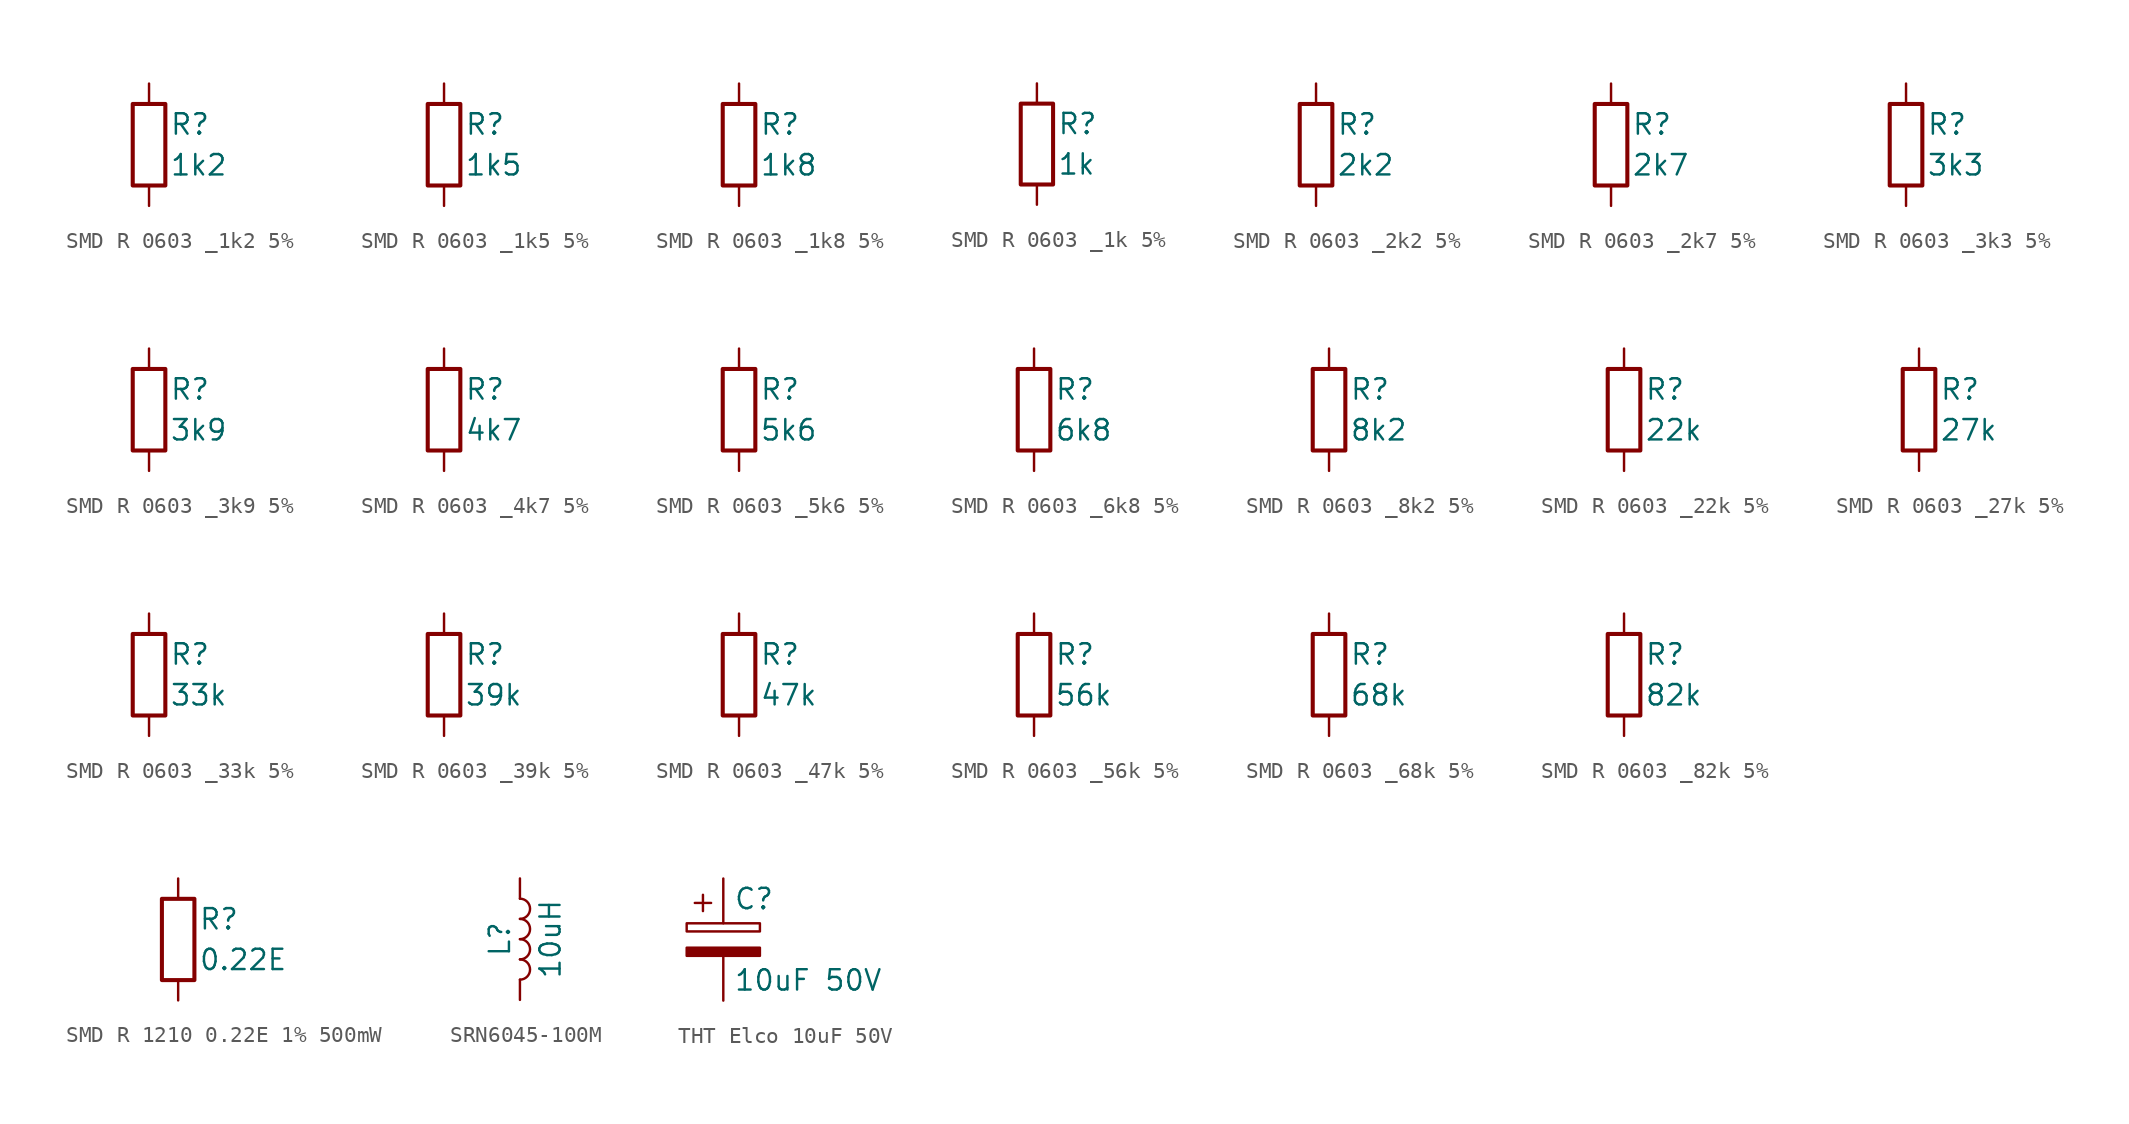
<source format=kicad_sym>
(kicad_symbol_lib
  (version 20241209)
  (generator "kicad_symbol_editor")
  (generator_version "9.0")
  (symbol "SMD R 0603 _1k2 5%"
    (pin_numbers
      (hide yes))
    (pin_names
      (offset 0))
    (property "Reference" "R"
      (at 1.27 1.27 0)
      (effects (font (size 1.27 1.27)) (justify left)))
    (property "Value" "1k2"
      (at 1.27 -1.27 0)
      (effects (font (size 1.27 1.27)) (justify left)))
    (symbol "SMD R 0603 _1k2 5%_0_1"
      (rectangle (start -1.016 -2.54) (end 1.016 2.54) (stroke (width 0.254) (type default)) (fill (type none))))
    (symbol "SMD R 0603 _1k2 5%_1_1"
      (pin passive line (at 0 3.81 270) (length 1.27) (name "~" (effects (font (size 1.27 1.27)))) (number "1" (effects (font (size 1.27 1.27)))))
      (pin passive line (at 0 -3.81 90) (length 1.27) (name "~" (effects (font (size 1.27 1.27)))) (number "2" (effects (font (size 1.27 1.27)))))))
  (symbol "SMD R 0603 _1k5 5%"
    (pin_numbers
      (hide yes))
    (pin_names
      (offset 0))
    (property "Reference" "R"
      (at 1.27 1.27 0)
      (effects (font (size 1.27 1.27)) (justify left)))
    (property "Value" "1k5"
      (at 1.27 -1.27 0)
      (effects (font (size 1.27 1.27)) (justify left)))
    (symbol "SMD R 0603 _1k5 5%_0_1"
      (rectangle (start -1.016 -2.54) (end 1.016 2.54) (stroke (width 0.254) (type default)) (fill (type none))))
    (symbol "SMD R 0603 _1k5 5%_1_1"
      (pin passive line (at 0 3.81 270) (length 1.27) (name "~" (effects (font (size 1.27 1.27)))) (number "1" (effects (font (size 1.27 1.27)))))
      (pin passive line (at 0 -3.81 90) (length 1.27) (name "~" (effects (font (size 1.27 1.27)))) (number "2" (effects (font (size 1.27 1.27)))))))
  (symbol "SMD R 0603 _1k8 5%"
    (pin_numbers
      (hide yes))
    (pin_names
      (offset 0))
    (property "Reference" "R"
      (at 1.27 1.27 0)
      (effects (font (size 1.27 1.27)) (justify left)))
    (property "Value" "1k8"
      (at 1.27 -1.27 0)
      (effects (font (size 1.27 1.27)) (justify left)))
    (symbol "SMD R 0603 _1k8 5%_0_1"
      (rectangle (start -1.016 -2.54) (end 1.016 2.54) (stroke (width 0.254) (type default)) (fill (type none))))
    (symbol "SMD R 0603 _1k8 5%_1_1"
      (pin passive line (at 0 3.81 270) (length 1.27) (name "~" (effects (font (size 1.27 1.27)))) (number "1" (effects (font (size 1.27 1.27)))))
      (pin passive line (at 0 -3.81 90) (length 1.27) (name "~" (effects (font (size 1.27 1.27)))) (number "2" (effects (font (size 1.27 1.27)))))))
  (symbol "SMD R 0603 _1k 5%"
    (pin_numbers
      (hide yes))
    (pin_names
      (offset 0))
    (property "Reference" "R"
      (at 1.27 1.27 0)
      (effects (font (size 1.27 1.27)) (justify left)))
    (property "Value" "1k"
      (at 1.27 -1.27 0)
      (effects (font (size 1.27 1.27)) (justify left)))
    (symbol "SMD R 0603 _1k 5%_0_1"
      (rectangle (start -1.016 -2.54) (end 1.016 2.54) (stroke (width 0.254) (type default)) (fill (type none))))
    (symbol "SMD R 0603 _1k 5%_1_1"
      (pin passive line (at 0 3.81 270) (length 1.27) (name "~" (effects (font (size 1.27 1.27)))) (number "1" (effects (font (size 1.27 1.27)))))
      (pin passive line (at 0 -3.81 90) (length 1.27) (name "~" (effects (font (size 1.27 1.27)))) (number "2" (effects (font (size 1.27 1.27)))))))
  (symbol "SMD R 0603 _2k2 5%"
    (pin_numbers
      (hide yes))
    (pin_names
      (offset 0))
    (property "Reference" "R"
      (at 1.27 1.27 0)
      (effects (font (size 1.27 1.27)) (justify left)))
    (property "Value" "2k2"
      (at 1.27 -1.27 0)
      (effects (font (size 1.27 1.27)) (justify left)))
    (symbol "SMD R 0603 _2k2 5%_0_1"
      (rectangle (start -1.016 -2.54) (end 1.016 2.54) (stroke (width 0.254) (type default)) (fill (type none))))
    (symbol "SMD R 0603 _2k2 5%_1_1"
      (pin passive line (at 0 3.81 270) (length 1.27) (name "~" (effects (font (size 1.27 1.27)))) (number "1" (effects (font (size 1.27 1.27)))))
      (pin passive line (at 0 -3.81 90) (length 1.27) (name "~" (effects (font (size 1.27 1.27)))) (number "2" (effects (font (size 1.27 1.27)))))))
  (symbol "SMD R 0603 _2k7 5%"
    (pin_numbers
      (hide yes))
    (pin_names
      (offset 0))
    (property "Reference" "R"
      (at 1.27 1.27 0)
      (effects (font (size 1.27 1.27)) (justify left)))
    (property "Value" "2k7"
      (at 1.27 -1.27 0)
      (effects (font (size 1.27 1.27)) (justify left)))
    (symbol "SMD R 0603 _2k7 5%_0_1"
      (rectangle (start -1.016 -2.54) (end 1.016 2.54) (stroke (width 0.254) (type default)) (fill (type none))))
    (symbol "SMD R 0603 _2k7 5%_1_1"
      (pin passive line (at 0 3.81 270) (length 1.27) (name "~" (effects (font (size 1.27 1.27)))) (number "1" (effects (font (size 1.27 1.27)))))
      (pin passive line (at 0 -3.81 90) (length 1.27) (name "~" (effects (font (size 1.27 1.27)))) (number "2" (effects (font (size 1.27 1.27)))))))
  (symbol "SMD R 0603 _3k3 5%"
    (pin_numbers
      (hide yes))
    (pin_names
      (offset 0))
    (property "Reference" "R"
      (at 1.27 1.27 0)
      (effects (font (size 1.27 1.27)) (justify left)))
    (property "Value" "3k3"
      (at 1.27 -1.27 0)
      (effects (font (size 1.27 1.27)) (justify left)))
    (symbol "SMD R 0603 _3k3 5%_0_1"
      (rectangle (start -1.016 -2.54) (end 1.016 2.54) (stroke (width 0.254) (type default)) (fill (type none))))
    (symbol "SMD R 0603 _3k3 5%_1_1"
      (pin passive line (at 0 3.81 270) (length 1.27) (name "~" (effects (font (size 1.27 1.27)))) (number "1" (effects (font (size 1.27 1.27)))))
      (pin passive line (at 0 -3.81 90) (length 1.27) (name "~" (effects (font (size 1.27 1.27)))) (number "2" (effects (font (size 1.27 1.27)))))))
  (symbol "SMD R 0603 _3k9 5%"
    (pin_numbers
      (hide yes))
    (pin_names
      (offset 0))
    (property "Reference" "R"
      (at 1.27 1.27 0)
      (effects (font (size 1.27 1.27)) (justify left)))
    (property "Value" "3k9"
      (at 1.27 -1.27 0)
      (effects (font (size 1.27 1.27)) (justify left)))
    (symbol "SMD R 0603 _3k9 5%_0_1"
      (rectangle (start -1.016 -2.54) (end 1.016 2.54) (stroke (width 0.254) (type default)) (fill (type none))))
    (symbol "SMD R 0603 _3k9 5%_1_1"
      (pin passive line (at 0 3.81 270) (length 1.27) (name "~" (effects (font (size 1.27 1.27)))) (number "1" (effects (font (size 1.27 1.27)))))
      (pin passive line (at 0 -3.81 90) (length 1.27) (name "~" (effects (font (size 1.27 1.27)))) (number "2" (effects (font (size 1.27 1.27)))))))
  (symbol "SMD R 0603 _4k7 5%"
    (pin_numbers
      (hide yes))
    (pin_names
      (offset 0))
    (property "Reference" "R"
      (at 1.27 1.27 0)
      (effects (font (size 1.27 1.27)) (justify left)))
    (property "Value" "4k7"
      (at 1.27 -1.27 0)
      (effects (font (size 1.27 1.27)) (justify left)))
    (symbol "SMD R 0603 _4k7 5%_0_1"
      (rectangle (start -1.016 -2.54) (end 1.016 2.54) (stroke (width 0.254) (type default)) (fill (type none))))
    (symbol "SMD R 0603 _4k7 5%_1_1"
      (pin passive line (at 0 3.81 270) (length 1.27) (name "~" (effects (font (size 1.27 1.27)))) (number "1" (effects (font (size 1.27 1.27)))))
      (pin passive line (at 0 -3.81 90) (length 1.27) (name "~" (effects (font (size 1.27 1.27)))) (number "2" (effects (font (size 1.27 1.27)))))))
  (symbol "SMD R 0603 _5k6 5%"
    (pin_numbers
      (hide yes))
    (pin_names
      (offset 0))
    (property "Reference" "R"
      (at 1.27 1.27 0)
      (effects (font (size 1.27 1.27)) (justify left)))
    (property "Value" "5k6"
      (at 1.27 -1.27 0)
      (effects (font (size 1.27 1.27)) (justify left)))
    (symbol "SMD R 0603 _5k6 5%_0_1"
      (rectangle (start -1.016 -2.54) (end 1.016 2.54) (stroke (width 0.254) (type default)) (fill (type none))))
    (symbol "SMD R 0603 _5k6 5%_1_1"
      (pin passive line (at 0 3.81 270) (length 1.27) (name "~" (effects (font (size 1.27 1.27)))) (number "1" (effects (font (size 1.27 1.27)))))
      (pin passive line (at 0 -3.81 90) (length 1.27) (name "~" (effects (font (size 1.27 1.27)))) (number "2" (effects (font (size 1.27 1.27)))))))
  (symbol "SMD R 0603 _6k8 5%"
    (pin_numbers
      (hide yes))
    (pin_names
      (offset 0))
    (property "Reference" "R"
      (at 1.27 1.27 0)
      (effects (font (size 1.27 1.27)) (justify left)))
    (property "Value" "6k8"
      (at 1.27 -1.27 0)
      (effects (font (size 1.27 1.27)) (justify left)))
    (symbol "SMD R 0603 _6k8 5%_0_1"
      (rectangle (start -1.016 -2.54) (end 1.016 2.54) (stroke (width 0.254) (type default)) (fill (type none))))
    (symbol "SMD R 0603 _6k8 5%_1_1"
      (pin passive line (at 0 3.81 270) (length 1.27) (name "~" (effects (font (size 1.27 1.27)))) (number "1" (effects (font (size 1.27 1.27)))))
      (pin passive line (at 0 -3.81 90) (length 1.27) (name "~" (effects (font (size 1.27 1.27)))) (number "2" (effects (font (size 1.27 1.27)))))))
  (symbol "SMD R 0603 _8k2 5%"
    (pin_numbers
      (hide yes))
    (pin_names
      (offset 0))
    (property "Reference" "R"
      (at 1.27 1.27 0)
      (effects (font (size 1.27 1.27)) (justify left)))
    (property "Value" "8k2"
      (at 1.27 -1.27 0)
      (effects (font (size 1.27 1.27)) (justify left)))
    (symbol "SMD R 0603 _8k2 5%_0_1"
      (rectangle (start -1.016 -2.54) (end 1.016 2.54) (stroke (width 0.254) (type default)) (fill (type none))))
    (symbol "SMD R 0603 _8k2 5%_1_1"
      (pin passive line (at 0 3.81 270) (length 1.27) (name "~" (effects (font (size 1.27 1.27)))) (number "1" (effects (font (size 1.27 1.27)))))
      (pin passive line (at 0 -3.81 90) (length 1.27) (name "~" (effects (font (size 1.27 1.27)))) (number "2" (effects (font (size 1.27 1.27)))))))
  (symbol "SMD R 0603 _22k 5%"
    (pin_numbers
      (hide yes))
    (pin_names
      (offset 0))
    (property "Reference" "R"
      (at 1.27 1.27 0)
      (effects (font (size 1.27 1.27)) (justify left)))
    (property "Value" "22k"
      (at 1.27 -1.27 0)
      (effects (font (size 1.27 1.27)) (justify left)))
    (symbol "SMD R 0603 _22k 5%_0_1"
      (rectangle (start -1.016 -2.54) (end 1.016 2.54) (stroke (width 0.254) (type default)) (fill (type none))))
    (symbol "SMD R 0603 _22k 5%_1_1"
      (pin passive line (at 0 3.81 270) (length 1.27) (name "~" (effects (font (size 1.27 1.27)))) (number "1" (effects (font (size 1.27 1.27)))))
      (pin passive line (at 0 -3.81 90) (length 1.27) (name "~" (effects (font (size 1.27 1.27)))) (number "2" (effects (font (size 1.27 1.27)))))))
  (symbol "SMD R 0603 _27k 5%"
    (pin_numbers
      (hide yes))
    (pin_names
      (offset 0))
    (property "Reference" "R"
      (at 1.27 1.27 0)
      (effects (font (size 1.27 1.27)) (justify left)))
    (property "Value" "27k"
      (at 1.27 -1.27 0)
      (effects (font (size 1.27 1.27)) (justify left)))
    (symbol "SMD R 0603 _27k 5%_0_1"
      (rectangle (start -1.016 -2.54) (end 1.016 2.54) (stroke (width 0.254) (type default)) (fill (type none))))
    (symbol "SMD R 0603 _27k 5%_1_1"
      (pin passive line (at 0 3.81 270) (length 1.27) (name "~" (effects (font (size 1.27 1.27)))) (number "1" (effects (font (size 1.27 1.27)))))
      (pin passive line (at 0 -3.81 90) (length 1.27) (name "~" (effects (font (size 1.27 1.27)))) (number "2" (effects (font (size 1.27 1.27)))))))
  (symbol "SMD R 0603 _33k 5%"
    (pin_numbers
      (hide yes))
    (pin_names
      (offset 0))
    (property "Reference" "R"
      (at 1.27 1.27 0)
      (effects (font (size 1.27 1.27)) (justify left)))
    (property "Value" "33k"
      (at 1.27 -1.27 0)
      (effects (font (size 1.27 1.27)) (justify left)))
    (symbol "SMD R 0603 _33k 5%_0_1"
      (rectangle (start -1.016 -2.54) (end 1.016 2.54) (stroke (width 0.254) (type default)) (fill (type none))))
    (symbol "SMD R 0603 _33k 5%_1_1"
      (pin passive line (at 0 3.81 270) (length 1.27) (name "~" (effects (font (size 1.27 1.27)))) (number "1" (effects (font (size 1.27 1.27)))))
      (pin passive line (at 0 -3.81 90) (length 1.27) (name "~" (effects (font (size 1.27 1.27)))) (number "2" (effects (font (size 1.27 1.27)))))))
  (symbol "SMD R 0603 _39k 5%"
    (pin_numbers
      (hide yes))
    (pin_names
      (offset 0))
    (property "Reference" "R"
      (at 1.27 1.27 0)
      (effects (font (size 1.27 1.27)) (justify left)))
    (property "Value" "39k"
      (at 1.27 -1.27 0)
      (effects (font (size 1.27 1.27)) (justify left)))
    (symbol "SMD R 0603 _39k 5%_0_1"
      (rectangle (start -1.016 -2.54) (end 1.016 2.54) (stroke (width 0.254) (type default)) (fill (type none))))
    (symbol "SMD R 0603 _39k 5%_1_1"
      (pin passive line (at 0 3.81 270) (length 1.27) (name "~" (effects (font (size 1.27 1.27)))) (number "1" (effects (font (size 1.27 1.27)))))
      (pin passive line (at 0 -3.81 90) (length 1.27) (name "~" (effects (font (size 1.27 1.27)))) (number "2" (effects (font (size 1.27 1.27)))))))
  (symbol "SMD R 0603 _47k 5%"
    (pin_numbers
      (hide yes))
    (pin_names
      (offset 0))
    (property "Reference" "R"
      (at 1.27 1.27 0)
      (effects (font (size 1.27 1.27)) (justify left)))
    (property "Value" "47k"
      (at 1.27 -1.27 0)
      (effects (font (size 1.27 1.27)) (justify left)))
    (symbol "SMD R 0603 _47k 5%_0_1"
      (rectangle (start -1.016 -2.54) (end 1.016 2.54) (stroke (width 0.254) (type default)) (fill (type none))))
    (symbol "SMD R 0603 _47k 5%_1_1"
      (pin passive line (at 0 3.81 270) (length 1.27) (name "~" (effects (font (size 1.27 1.27)))) (number "1" (effects (font (size 1.27 1.27)))))
      (pin passive line (at 0 -3.81 90) (length 1.27) (name "~" (effects (font (size 1.27 1.27)))) (number "2" (effects (font (size 1.27 1.27)))))))
  (symbol "SMD R 0603 _56k 5%"
    (pin_numbers
      (hide yes))
    (pin_names
      (offset 0))
    (property "Reference" "R"
      (at 1.27 1.27 0)
      (effects (font (size 1.27 1.27)) (justify left)))
    (property "Value" "56k"
      (at 1.27 -1.27 0)
      (effects (font (size 1.27 1.27)) (justify left)))
    (symbol "SMD R 0603 _56k 5%_0_1"
      (rectangle (start -1.016 -2.54) (end 1.016 2.54) (stroke (width 0.254) (type default)) (fill (type none))))
    (symbol "SMD R 0603 _56k 5%_1_1"
      (pin passive line (at 0 3.81 270) (length 1.27) (name "~" (effects (font (size 1.27 1.27)))) (number "1" (effects (font (size 1.27 1.27)))))
      (pin passive line (at 0 -3.81 90) (length 1.27) (name "~" (effects (font (size 1.27 1.27)))) (number "2" (effects (font (size 1.27 1.27)))))))
  (symbol "SMD R 0603 _68k 5%"
    (pin_numbers
      (hide yes))
    (pin_names
      (offset 0))
    (property "Reference" "R"
      (at 1.27 1.27 0)
      (effects (font (size 1.27 1.27)) (justify left)))
    (property "Value" "68k"
      (at 1.27 -1.27 0)
      (effects (font (size 1.27 1.27)) (justify left)))
    (symbol "SMD R 0603 _68k 5%_0_1"
      (rectangle (start -1.016 -2.54) (end 1.016 2.54) (stroke (width 0.254) (type default)) (fill (type none))))
    (symbol "SMD R 0603 _68k 5%_1_1"
      (pin passive line (at 0 3.81 270) (length 1.27) (name "~" (effects (font (size 1.27 1.27)))) (number "1" (effects (font (size 1.27 1.27)))))
      (pin passive line (at 0 -3.81 90) (length 1.27) (name "~" (effects (font (size 1.27 1.27)))) (number "2" (effects (font (size 1.27 1.27)))))))
  (symbol "SMD R 0603 _82k 5%"
    (pin_numbers
      (hide yes))
    (pin_names
      (offset 0))
    (property "Reference" "R"
      (at 1.27 1.27 0)
      (effects (font (size 1.27 1.27)) (justify left)))
    (property "Value" "82k"
      (at 1.27 -1.27 0)
      (effects (font (size 1.27 1.27)) (justify left)))
    (symbol "SMD R 0603 _82k 5%_0_1"
      (rectangle (start -1.016 -2.54) (end 1.016 2.54) (stroke (width 0.254) (type default)) (fill (type none))))
    (symbol "SMD R 0603 _82k 5%_1_1"
      (pin passive line (at 0 3.81 270) (length 1.27) (name "~" (effects (font (size 1.27 1.27)))) (number "1" (effects (font (size 1.27 1.27)))))
      (pin passive line (at 0 -3.81 90) (length 1.27) (name "~" (effects (font (size 1.27 1.27)))) (number "2" (effects (font (size 1.27 1.27)))))))
  (symbol "SMD R 1210 0.22E 1% 500mW"
    (pin_numbers
      (hide yes))
    (pin_names
      (offset 0))
    (property "Reference" "R"
      (at 1.27 1.27 0)
      (effects (font (size 1.27 1.27)) (justify left)))
    (property "Value" "0.22E"
      (at 1.27 -1.27 0)
      (effects (font (size 1.27 1.27)) (justify left)))
    (symbol "SMD R 1210 0.22E 1% 500mW_0_1"
      (rectangle (start -1.016 -2.54) (end 1.016 2.54) (stroke (width 0.254) (type default)) (fill (type none))))
    (symbol "SMD R 1210 0.22E 1% 500mW_1_1"
      (pin passive line (at 0 3.81 270) (length 1.27) (name "~" (effects (font (size 1.27 1.27)))) (number "1" (effects (font (size 1.27 1.27)))))
      (pin passive line (at 0 -3.81 90) (length 1.27) (name "~" (effects (font (size 1.27 1.27)))) (number "2" (effects (font (size 1.27 1.27)))))))
  (symbol "SRN6045-100M"
    (pin_numbers
      (hide yes))
    (pin_names
      (offset 1.016)
      (hide yes))
    (property "Reference" "L"
      (at -1.27 0 90)
      (effects (font (size 1.27 1.27))))
    (property "Value" "10uH"
      (at 1.905 0 90)
      (effects (font (size 1.27 1.27))))
    (symbol "SRN6045-100M_0_1"
      (arc (start 0 2.54) (mid 0.6323 1.905) (end 0 1.27) (stroke (width 0) (type default)) (fill (type none)))
      (arc (start 0 1.27) (mid 0.6323 0.635) (end 0 0) (stroke (width 0) (type default)) (fill (type none)))
      (arc (start 0 0) (mid 0.6323 -0.635) (end 0 -1.27) (stroke (width 0) (type default)) (fill (type none)))
      (arc (start 0 -1.27) (mid 0.6323 -1.905) (end 0 -2.54) (stroke (width 0) (type default)) (fill (type none))))
    (symbol "SRN6045-100M_1_1"
      (pin passive line (at 0 3.81 270) (length 1.27) (name "1" (effects (font (size 1.27 1.27)))) (number "1" (effects (font (size 1.27 1.27)))))
      (pin passive line (at 0 -3.81 90) (length 1.27) (name "2" (effects (font (size 1.27 1.27)))) (number "2" (effects (font (size 1.27 1.27)))))))
  (symbol "THT Elco 10uF 50V"
    (pin_numbers
      (hide yes))
    (pin_names
      (offset 0.254))
    (property "Reference" "C"
      (at 0.635 2.54 0)
      (effects (font (size 1.27 1.27)) (justify left)))
    (property "Value" "10uF 50V"
      (at 0.635 -2.54 0)
      (effects (font (size 1.27 1.27)) (justify left)))
    (symbol "THT Elco 10uF 50V_0_1"
      (rectangle (start -2.286 0.508) (end 2.286 1.016) (stroke (width 0) (type default)) (fill (type none)))
      (polyline (pts (xy -1.778 2.286) (xy -0.762 2.286)) (stroke (width 0) (type default)) (fill (type none)))
      (polyline (pts (xy -1.27 2.794) (xy -1.27 1.778)) (stroke (width 0) (type default)) (fill (type none)))
      (rectangle (start 2.286 -0.508) (end -2.286 -1.016) (stroke (width 0) (type default)) (fill (type outline))))
    (symbol "THT Elco 10uF 50V_1_1"
      (pin passive line (at 0 3.81 270) (length 2.794) (name "~" (effects (font (size 1.27 1.27)))) (number "1" (effects (font (size 1.27 1.27)))))
      (pin passive line (at 0 -3.81 90) (length 2.794) (name "~" (effects (font (size 1.27 1.27)))) (number "2" (effects (font (size 1.27 1.27))))))))
</source>
